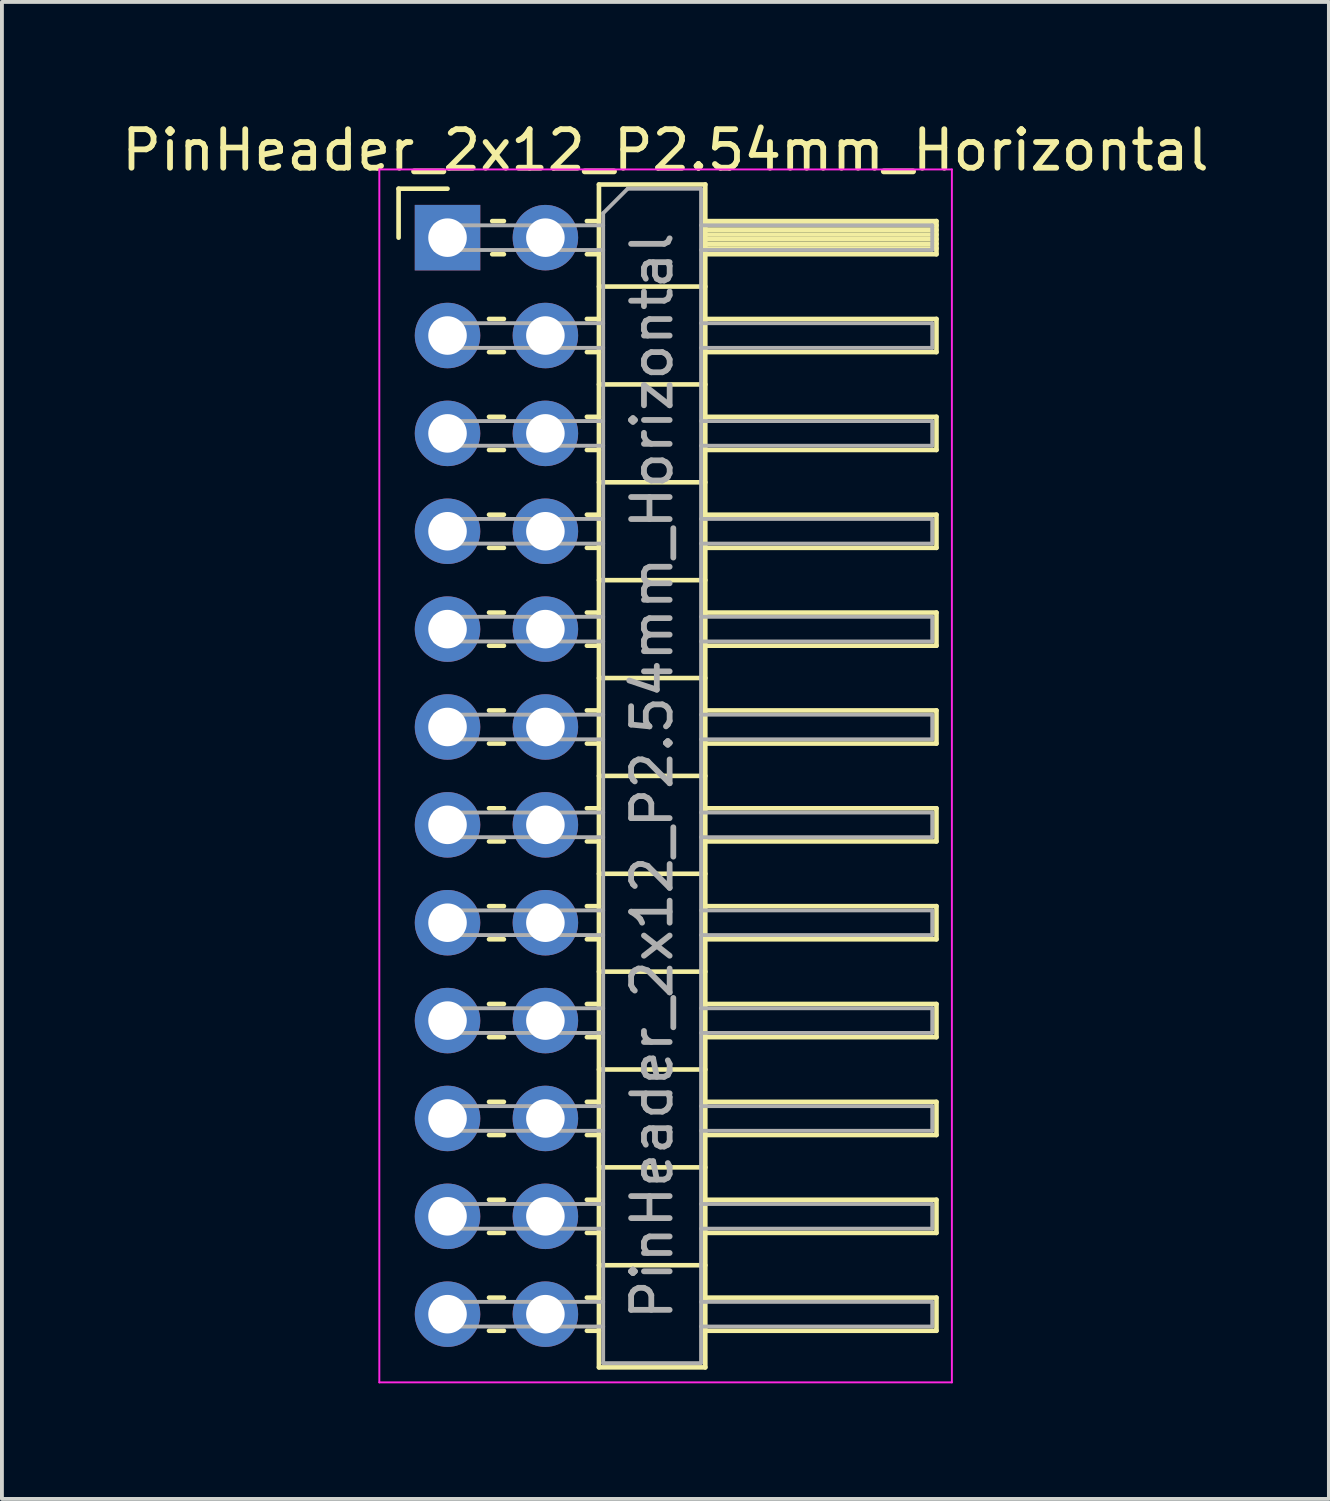
<source format=kicad_pcb>
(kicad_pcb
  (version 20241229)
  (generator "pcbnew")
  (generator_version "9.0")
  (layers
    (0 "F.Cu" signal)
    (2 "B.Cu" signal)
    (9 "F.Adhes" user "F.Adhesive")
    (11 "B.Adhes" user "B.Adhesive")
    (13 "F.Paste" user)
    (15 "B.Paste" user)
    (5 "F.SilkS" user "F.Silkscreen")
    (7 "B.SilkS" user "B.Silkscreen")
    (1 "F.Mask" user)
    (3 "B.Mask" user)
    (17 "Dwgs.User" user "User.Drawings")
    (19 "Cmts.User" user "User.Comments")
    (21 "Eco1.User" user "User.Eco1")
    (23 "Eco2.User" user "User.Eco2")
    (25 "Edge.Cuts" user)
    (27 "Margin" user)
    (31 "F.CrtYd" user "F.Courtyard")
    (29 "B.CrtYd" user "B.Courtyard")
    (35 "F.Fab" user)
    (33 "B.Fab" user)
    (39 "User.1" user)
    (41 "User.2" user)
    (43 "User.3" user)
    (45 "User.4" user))
  (footprint "PinHeader_2x12_P2.54mm_Horizontal"
    (layer "F.Cu")
    (at 8.565 3.118)
    (property "Reference" "PinHeader_2x12_P2.54mm_Horizontal" (at 5.655 -2.27 0) (layer "F.SilkS") (effects (font (size 1 1) (thickness 0.15))))
    (attr through_hole)
    (fp_line (start -1.27 -1.27) (end 0 -1.27) (stroke (width 0.12) (type solid)) (layer "F.SilkS"))
    (fp_line (start -1.27 0) (end -1.27 -1.27) (stroke (width 0.12) (type solid)) (layer "F.SilkS"))
    (fp_line (start 1.077 2.11) (end 1.463 2.11) (stroke (width 0.12) (type solid)) (layer "F.SilkS"))
    (fp_line (start 1.077 2.97) (end 1.463 2.97) (stroke (width 0.12) (type solid)) (layer "F.SilkS"))
    (fp_line (start 1.077 4.65) (end 1.463 4.65) (stroke (width 0.12) (type solid)) (layer "F.SilkS"))
    (fp_line (start 1.077 5.51) (end 1.463 5.51) (stroke (width 0.12) (type solid)) (layer "F.SilkS"))
    (fp_line (start 1.077 7.19) (end 1.463 7.19) (stroke (width 0.12) (type solid)) (layer "F.SilkS"))
    (fp_line (start 1.077 8.05) (end 1.463 8.05) (stroke (width 0.12) (type solid)) (layer "F.SilkS"))
    (fp_line (start 1.077 9.73) (end 1.463 9.73) (stroke (width 0.12) (type solid)) (layer "F.SilkS"))
    (fp_line (start 1.077 10.59) (end 1.463 10.59) (stroke (width 0.12) (type solid)) (layer "F.SilkS"))
    (fp_line (start 1.077 12.27) (end 1.463 12.27) (stroke (width 0.12) (type solid)) (layer "F.SilkS"))
    (fp_line (start 1.077 13.13) (end 1.463 13.13) (stroke (width 0.12) (type solid)) (layer "F.SilkS"))
    (fp_line (start 1.077 14.81) (end 1.463 14.81) (stroke (width 0.12) (type solid)) (layer "F.SilkS"))
    (fp_line (start 1.077 15.67) (end 1.463 15.67) (stroke (width 0.12) (type solid)) (layer "F.SilkS"))
    (fp_line (start 1.077 17.35) (end 1.463 17.35) (stroke (width 0.12) (type solid)) (layer "F.SilkS"))
    (fp_line (start 1.077 18.21) (end 1.463 18.21) (stroke (width 0.12) (type solid)) (layer "F.SilkS"))
    (fp_line (start 1.077 19.89) (end 1.463 19.89) (stroke (width 0.12) (type solid)) (layer "F.SilkS"))
    (fp_line (start 1.077 20.75) (end 1.463 20.75) (stroke (width 0.12) (type solid)) (layer "F.SilkS"))
    (fp_line (start 1.077 22.43) (end 1.463 22.43) (stroke (width 0.12) (type solid)) (layer "F.SilkS"))
    (fp_line (start 1.077 23.29) (end 1.463 23.29) (stroke (width 0.12) (type solid)) (layer "F.SilkS"))
    (fp_line (start 1.077 24.97) (end 1.463 24.97) (stroke (width 0.12) (type solid)) (layer "F.SilkS"))
    (fp_line (start 1.077 25.83) (end 1.463 25.83) (stroke (width 0.12) (type solid)) (layer "F.SilkS"))
    (fp_line (start 1.077 27.51) (end 1.463 27.51) (stroke (width 0.12) (type solid)) (layer "F.SilkS"))
    (fp_line (start 1.077 28.37) (end 1.463 28.37) (stroke (width 0.12) (type solid)) (layer "F.SilkS"))
    (fp_line (start 1.16 -0.43) (end 1.463 -0.43) (stroke (width 0.12) (type solid)) (layer "F.SilkS"))
    (fp_line (start 1.16 0.43) (end 1.463 0.43) (stroke (width 0.12) (type solid)) (layer "F.SilkS"))
    (fp_line (start 3.617 -0.43) (end 3.93 -0.43) (stroke (width 0.12) (type solid)) (layer "F.SilkS"))
    (fp_line (start 3.617 0.43) (end 3.93 0.43) (stroke (width 0.12) (type solid)) (layer "F.SilkS"))
    (fp_line (start 3.617 2.11) (end 3.93 2.11) (stroke (width 0.12) (type solid)) (layer "F.SilkS"))
    (fp_line (start 3.617 2.97) (end 3.93 2.97) (stroke (width 0.12) (type solid)) (layer "F.SilkS"))
    (fp_line (start 3.617 4.65) (end 3.93 4.65) (stroke (width 0.12) (type solid)) (layer "F.SilkS"))
    (fp_line (start 3.617 5.51) (end 3.93 5.51) (stroke (width 0.12) (type solid)) (layer "F.SilkS"))
    (fp_line (start 3.617 7.19) (end 3.93 7.19) (stroke (width 0.12) (type solid)) (layer "F.SilkS"))
    (fp_line (start 3.617 8.05) (end 3.93 8.05) (stroke (width 0.12) (type solid)) (layer "F.SilkS"))
    (fp_line (start 3.617 9.73) (end 3.93 9.73) (stroke (width 0.12) (type solid)) (layer "F.SilkS"))
    (fp_line (start 3.617 10.59) (end 3.93 10.59) (stroke (width 0.12) (type solid)) (layer "F.SilkS"))
    (fp_line (start 3.617 12.27) (end 3.93 12.27) (stroke (width 0.12) (type solid)) (layer "F.SilkS"))
    (fp_line (start 3.617 13.13) (end 3.93 13.13) (stroke (width 0.12) (type solid)) (layer "F.SilkS"))
    (fp_line (start 3.617 14.81) (end 3.93 14.81) (stroke (width 0.12) (type solid)) (layer "F.SilkS"))
    (fp_line (start 3.617 15.67) (end 3.93 15.67) (stroke (width 0.12) (type solid)) (layer "F.SilkS"))
    (fp_line (start 3.617 17.35) (end 3.93 17.35) (stroke (width 0.12) (type solid)) (layer "F.SilkS"))
    (fp_line (start 3.617 18.21) (end 3.93 18.21) (stroke (width 0.12) (type solid)) (layer "F.SilkS"))
    (fp_line (start 3.617 19.89) (end 3.93 19.89) (stroke (width 0.12) (type solid)) (layer "F.SilkS"))
    (fp_line (start 3.617 20.75) (end 3.93 20.75) (stroke (width 0.12) (type solid)) (layer "F.SilkS"))
    (fp_line (start 3.617 22.43) (end 3.93 22.43) (stroke (width 0.12) (type solid)) (layer "F.SilkS"))
    (fp_line (start 3.617 23.29) (end 3.93 23.29) (stroke (width 0.12) (type solid)) (layer "F.SilkS"))
    (fp_line (start 3.617 24.97) (end 3.93 24.97) (stroke (width 0.12) (type solid)) (layer "F.SilkS"))
    (fp_line (start 3.617 25.83) (end 3.93 25.83) (stroke (width 0.12) (type solid)) (layer "F.SilkS"))
    (fp_line (start 3.617 27.51) (end 3.93 27.51) (stroke (width 0.12) (type solid)) (layer "F.SilkS"))
    (fp_line (start 3.617 28.37) (end 3.93 28.37) (stroke (width 0.12) (type solid)) (layer "F.SilkS"))
    (fp_line (start 3.93 -1.38) (end 3.93 29.32) (stroke (width 0.12) (type solid)) (layer "F.SilkS"))
    (fp_line (start 3.93 1.27) (end 6.69 1.27) (stroke (width 0.12) (type solid)) (layer "F.SilkS"))
    (fp_line (start 3.93 3.81) (end 6.69 3.81) (stroke (width 0.12) (type solid)) (layer "F.SilkS"))
    (fp_line (start 3.93 6.35) (end 6.69 6.35) (stroke (width 0.12) (type solid)) (layer "F.SilkS"))
    (fp_line (start 3.93 8.89) (end 6.69 8.89) (stroke (width 0.12) (type solid)) (layer "F.SilkS"))
    (fp_line (start 3.93 11.43) (end 6.69 11.43) (stroke (width 0.12) (type solid)) (layer "F.SilkS"))
    (fp_line (start 3.93 13.97) (end 6.69 13.97) (stroke (width 0.12) (type solid)) (layer "F.SilkS"))
    (fp_line (start 3.93 16.51) (end 6.69 16.51) (stroke (width 0.12) (type solid)) (layer "F.SilkS"))
    (fp_line (start 3.93 19.05) (end 6.69 19.05) (stroke (width 0.12) (type solid)) (layer "F.SilkS"))
    (fp_line (start 3.93 21.59) (end 6.69 21.59) (stroke (width 0.12) (type solid)) (layer "F.SilkS"))
    (fp_line (start 3.93 24.13) (end 6.69 24.13) (stroke (width 0.12) (type solid)) (layer "F.SilkS"))
    (fp_line (start 3.93 26.67) (end 6.69 26.67) (stroke (width 0.12) (type solid)) (layer "F.SilkS"))
    (fp_line (start 3.93 29.32) (end 6.69 29.32) (stroke (width 0.12) (type solid)) (layer "F.SilkS"))
    (fp_line (start 6.69 -1.38) (end 3.93 -1.38) (stroke (width 0.12) (type solid)) (layer "F.SilkS"))
    (fp_line (start 6.69 -0.43) (end 12.69 -0.43) (stroke (width 0.12) (type solid)) (layer "F.SilkS"))
    (fp_line (start 6.69 -0.32) (end 12.69 -0.32) (stroke (width 0.12) (type solid)) (layer "F.SilkS"))
    (fp_line (start 6.69 -0.2) (end 12.69 -0.2) (stroke (width 0.12) (type solid)) (layer "F.SilkS"))
    (fp_line (start 6.69 -0.08) (end 12.69 -0.08) (stroke (width 0.12) (type solid)) (layer "F.SilkS"))
    (fp_line (start 6.69 0.04) (end 12.69 0.04) (stroke (width 0.12) (type solid)) (layer "F.SilkS"))
    (fp_line (start 6.69 0.16) (end 12.69 0.16) (stroke (width 0.12) (type solid)) (layer "F.SilkS"))
    (fp_line (start 6.69 0.28) (end 12.69 0.28) (stroke (width 0.12) (type solid)) (layer "F.SilkS"))
    (fp_line (start 6.69 2.11) (end 12.69 2.11) (stroke (width 0.12) (type solid)) (layer "F.SilkS"))
    (fp_line (start 6.69 4.65) (end 12.69 4.65) (stroke (width 0.12) (type solid)) (layer "F.SilkS"))
    (fp_line (start 6.69 7.19) (end 12.69 7.19) (stroke (width 0.12) (type solid)) (layer "F.SilkS"))
    (fp_line (start 6.69 9.73) (end 12.69 9.73) (stroke (width 0.12) (type solid)) (layer "F.SilkS"))
    (fp_line (start 6.69 12.27) (end 12.69 12.27) (stroke (width 0.12) (type solid)) (layer "F.SilkS"))
    (fp_line (start 6.69 14.81) (end 12.69 14.81) (stroke (width 0.12) (type solid)) (layer "F.SilkS"))
    (fp_line (start 6.69 17.35) (end 12.69 17.35) (stroke (width 0.12) (type solid)) (layer "F.SilkS"))
    (fp_line (start 6.69 19.89) (end 12.69 19.89) (stroke (width 0.12) (type solid)) (layer "F.SilkS"))
    (fp_line (start 6.69 22.43) (end 12.69 22.43) (stroke (width 0.12) (type solid)) (layer "F.SilkS"))
    (fp_line (start 6.69 24.97) (end 12.69 24.97) (stroke (width 0.12) (type solid)) (layer "F.SilkS"))
    (fp_line (start 6.69 27.51) (end 12.69 27.51) (stroke (width 0.12) (type solid)) (layer "F.SilkS"))
    (fp_line (start 6.69 29.32) (end 6.69 -1.38) (stroke (width 0.12) (type solid)) (layer "F.SilkS"))
    (fp_line (start 12.69 -0.43) (end 12.69 0.43) (stroke (width 0.12) (type solid)) (layer "F.SilkS"))
    (fp_line (start 12.69 0.43) (end 6.69 0.43) (stroke (width 0.12) (type solid)) (layer "F.SilkS"))
    (fp_line (start 12.69 2.11) (end 12.69 2.97) (stroke (width 0.12) (type solid)) (layer "F.SilkS"))
    (fp_line (start 12.69 2.97) (end 6.69 2.97) (stroke (width 0.12) (type solid)) (layer "F.SilkS"))
    (fp_line (start 12.69 4.65) (end 12.69 5.51) (stroke (width 0.12) (type solid)) (layer "F.SilkS"))
    (fp_line (start 12.69 5.51) (end 6.69 5.51) (stroke (width 0.12) (type solid)) (layer "F.SilkS"))
    (fp_line (start 12.69 7.19) (end 12.69 8.05) (stroke (width 0.12) (type solid)) (layer "F.SilkS"))
    (fp_line (start 12.69 8.05) (end 6.69 8.05) (stroke (width 0.12) (type solid)) (layer "F.SilkS"))
    (fp_line (start 12.69 9.73) (end 12.69 10.59) (stroke (width 0.12) (type solid)) (layer "F.SilkS"))
    (fp_line (start 12.69 10.59) (end 6.69 10.59) (stroke (width 0.12) (type solid)) (layer "F.SilkS"))
    (fp_line (start 12.69 12.27) (end 12.69 13.13) (stroke (width 0.12) (type solid)) (layer "F.SilkS"))
    (fp_line (start 12.69 13.13) (end 6.69 13.13) (stroke (width 0.12) (type solid)) (layer "F.SilkS"))
    (fp_line (start 12.69 14.81) (end 12.69 15.67) (stroke (width 0.12) (type solid)) (layer "F.SilkS"))
    (fp_line (start 12.69 15.67) (end 6.69 15.67) (stroke (width 0.12) (type solid)) (layer "F.SilkS"))
    (fp_line (start 12.69 17.35) (end 12.69 18.21) (stroke (width 0.12) (type solid)) (layer "F.SilkS"))
    (fp_line (start 12.69 18.21) (end 6.69 18.21) (stroke (width 0.12) (type solid)) (layer "F.SilkS"))
    (fp_line (start 12.69 19.89) (end 12.69 20.75) (stroke (width 0.12) (type solid)) (layer "F.SilkS"))
    (fp_line (start 12.69 20.75) (end 6.69 20.75) (stroke (width 0.12) (type solid)) (layer "F.SilkS"))
    (fp_line (start 12.69 22.43) (end 12.69 23.29) (stroke (width 0.12) (type solid)) (layer "F.SilkS"))
    (fp_line (start 12.69 23.29) (end 6.69 23.29) (stroke (width 0.12) (type solid)) (layer "F.SilkS"))
    (fp_line (start 12.69 24.97) (end 12.69 25.83) (stroke (width 0.12) (type solid)) (layer "F.SilkS"))
    (fp_line (start 12.69 25.83) (end 6.69 25.83) (stroke (width 0.12) (type solid)) (layer "F.SilkS"))
    (fp_line (start 12.69 27.51) (end 12.69 28.37) (stroke (width 0.12) (type solid)) (layer "F.SilkS"))
    (fp_line (start 12.69 28.37) (end 6.69 28.37) (stroke (width 0.12) (type solid)) (layer "F.SilkS"))
    (fp_line (start -1.77 -1.77) (end -1.77 29.71) (stroke (width 0.05) (type solid)) (layer "F.CrtYd"))
    (fp_line (start -1.77 29.71) (end 13.09 29.71) (stroke (width 0.05) (type solid)) (layer "F.CrtYd"))
    (fp_line (start 13.09 -1.77) (end -1.77 -1.77) (stroke (width 0.05) (type solid)) (layer "F.CrtYd"))
    (fp_line (start 13.09 29.71) (end 13.09 -1.77) (stroke (width 0.05) (type solid)) (layer "F.CrtYd"))
    (fp_line (start -0.32 -0.32) (end -0.32 0.32) (stroke (width 0.1) (type solid)) (layer "F.Fab"))
    (fp_line (start -0.32 -0.32) (end 4.04 -0.32) (stroke (width 0.1) (type solid)) (layer "F.Fab"))
    (fp_line (start -0.32 0.32) (end 4.04 0.32) (stroke (width 0.1) (type solid)) (layer "F.Fab"))
    (fp_line (start -0.32 2.22) (end -0.32 2.86) (stroke (width 0.1) (type solid)) (layer "F.Fab"))
    (fp_line (start -0.32 2.22) (end 4.04 2.22) (stroke (width 0.1) (type solid)) (layer "F.Fab"))
    (fp_line (start -0.32 2.86) (end 4.04 2.86) (stroke (width 0.1) (type solid)) (layer "F.Fab"))
    (fp_line (start -0.32 4.76) (end -0.32 5.4) (stroke (width 0.1) (type solid)) (layer "F.Fab"))
    (fp_line (start -0.32 4.76) (end 4.04 4.76) (stroke (width 0.1) (type solid)) (layer "F.Fab"))
    (fp_line (start -0.32 5.4) (end 4.04 5.4) (stroke (width 0.1) (type solid)) (layer "F.Fab"))
    (fp_line (start -0.32 7.3) (end -0.32 7.94) (stroke (width 0.1) (type solid)) (layer "F.Fab"))
    (fp_line (start -0.32 7.3) (end 4.04 7.3) (stroke (width 0.1) (type solid)) (layer "F.Fab"))
    (fp_line (start -0.32 7.94) (end 4.04 7.94) (stroke (width 0.1) (type solid)) (layer "F.Fab"))
    (fp_line (start -0.32 9.84) (end -0.32 10.48) (stroke (width 0.1) (type solid)) (layer "F.Fab"))
    (fp_line (start -0.32 9.84) (end 4.04 9.84) (stroke (width 0.1) (type solid)) (layer "F.Fab"))
    (fp_line (start -0.32 10.48) (end 4.04 10.48) (stroke (width 0.1) (type solid)) (layer "F.Fab"))
    (fp_line (start -0.32 12.38) (end -0.32 13.02) (stroke (width 0.1) (type solid)) (layer "F.Fab"))
    (fp_line (start -0.32 12.38) (end 4.04 12.38) (stroke (width 0.1) (type solid)) (layer "F.Fab"))
    (fp_line (start -0.32 13.02) (end 4.04 13.02) (stroke (width 0.1) (type solid)) (layer "F.Fab"))
    (fp_line (start -0.32 14.92) (end -0.32 15.56) (stroke (width 0.1) (type solid)) (layer "F.Fab"))
    (fp_line (start -0.32 14.92) (end 4.04 14.92) (stroke (width 0.1) (type solid)) (layer "F.Fab"))
    (fp_line (start -0.32 15.56) (end 4.04 15.56) (stroke (width 0.1) (type solid)) (layer "F.Fab"))
    (fp_line (start -0.32 17.46) (end -0.32 18.1) (stroke (width 0.1) (type solid)) (layer "F.Fab"))
    (fp_line (start -0.32 17.46) (end 4.04 17.46) (stroke (width 0.1) (type solid)) (layer "F.Fab"))
    (fp_line (start -0.32 18.1) (end 4.04 18.1) (stroke (width 0.1) (type solid)) (layer "F.Fab"))
    (fp_line (start -0.32 20) (end -0.32 20.64) (stroke (width 0.1) (type solid)) (layer "F.Fab"))
    (fp_line (start -0.32 20) (end 4.04 20) (stroke (width 0.1) (type solid)) (layer "F.Fab"))
    (fp_line (start -0.32 20.64) (end 4.04 20.64) (stroke (width 0.1) (type solid)) (layer "F.Fab"))
    (fp_line (start -0.32 22.54) (end -0.32 23.18) (stroke (width 0.1) (type solid)) (layer "F.Fab"))
    (fp_line (start -0.32 22.54) (end 4.04 22.54) (stroke (width 0.1) (type solid)) (layer "F.Fab"))
    (fp_line (start -0.32 23.18) (end 4.04 23.18) (stroke (width 0.1) (type solid)) (layer "F.Fab"))
    (fp_line (start -0.32 25.08) (end -0.32 25.72) (stroke (width 0.1) (type solid)) (layer "F.Fab"))
    (fp_line (start -0.32 25.08) (end 4.04 25.08) (stroke (width 0.1) (type solid)) (layer "F.Fab"))
    (fp_line (start -0.32 25.72) (end 4.04 25.72) (stroke (width 0.1) (type solid)) (layer "F.Fab"))
    (fp_line (start -0.32 27.62) (end -0.32 28.26) (stroke (width 0.1) (type solid)) (layer "F.Fab"))
    (fp_line (start -0.32 27.62) (end 4.04 27.62) (stroke (width 0.1) (type solid)) (layer "F.Fab"))
    (fp_line (start -0.32 28.26) (end 4.04 28.26) (stroke (width 0.1) (type solid)) (layer "F.Fab"))
    (fp_line (start 4.04 -0.635) (end 4.675 -1.27) (stroke (width 0.1) (type solid)) (layer "F.Fab"))
    (fp_line (start 4.04 29.21) (end 4.04 -0.635) (stroke (width 0.1) (type solid)) (layer "F.Fab"))
    (fp_line (start 4.675 -1.27) (end 6.58 -1.27) (stroke (width 0.1) (type solid)) (layer "F.Fab"))
    (fp_line (start 6.58 -1.27) (end 6.58 29.21) (stroke (width 0.1) (type solid)) (layer "F.Fab"))
    (fp_line (start 6.58 -0.32) (end 12.58 -0.32) (stroke (width 0.1) (type solid)) (layer "F.Fab"))
    (fp_line (start 6.58 0.32) (end 12.58 0.32) (stroke (width 0.1) (type solid)) (layer "F.Fab"))
    (fp_line (start 6.58 2.22) (end 12.58 2.22) (stroke (width 0.1) (type solid)) (layer "F.Fab"))
    (fp_line (start 6.58 2.86) (end 12.58 2.86) (stroke (width 0.1) (type solid)) (layer "F.Fab"))
    (fp_line (start 6.58 4.76) (end 12.58 4.76) (stroke (width 0.1) (type solid)) (layer "F.Fab"))
    (fp_line (start 6.58 5.4) (end 12.58 5.4) (stroke (width 0.1) (type solid)) (layer "F.Fab"))
    (fp_line (start 6.58 7.3) (end 12.58 7.3) (stroke (width 0.1) (type solid)) (layer "F.Fab"))
    (fp_line (start 6.58 7.94) (end 12.58 7.94) (stroke (width 0.1) (type solid)) (layer "F.Fab"))
    (fp_line (start 6.58 9.84) (end 12.58 9.84) (stroke (width 0.1) (type solid)) (layer "F.Fab"))
    (fp_line (start 6.58 10.48) (end 12.58 10.48) (stroke (width 0.1) (type solid)) (layer "F.Fab"))
    (fp_line (start 6.58 12.38) (end 12.58 12.38) (stroke (width 0.1) (type solid)) (layer "F.Fab"))
    (fp_line (start 6.58 13.02) (end 12.58 13.02) (stroke (width 0.1) (type solid)) (layer "F.Fab"))
    (fp_line (start 6.58 14.92) (end 12.58 14.92) (stroke (width 0.1) (type solid)) (layer "F.Fab"))
    (fp_line (start 6.58 15.56) (end 12.58 15.56) (stroke (width 0.1) (type solid)) (layer "F.Fab"))
    (fp_line (start 6.58 17.46) (end 12.58 17.46) (stroke (width 0.1) (type solid)) (layer "F.Fab"))
    (fp_line (start 6.58 18.1) (end 12.58 18.1) (stroke (width 0.1) (type solid)) (layer "F.Fab"))
    (fp_line (start 6.58 20) (end 12.58 20) (stroke (width 0.1) (type solid)) (layer "F.Fab"))
    (fp_line (start 6.58 20.64) (end 12.58 20.64) (stroke (width 0.1) (type solid)) (layer "F.Fab"))
    (fp_line (start 6.58 22.54) (end 12.58 22.54) (stroke (width 0.1) (type solid)) (layer "F.Fab"))
    (fp_line (start 6.58 23.18) (end 12.58 23.18) (stroke (width 0.1) (type solid)) (layer "F.Fab"))
    (fp_line (start 6.58 25.08) (end 12.58 25.08) (stroke (width 0.1) (type solid)) (layer "F.Fab"))
    (fp_line (start 6.58 25.72) (end 12.58 25.72) (stroke (width 0.1) (type solid)) (layer "F.Fab"))
    (fp_line (start 6.58 27.62) (end 12.58 27.62) (stroke (width 0.1) (type solid)) (layer "F.Fab"))
    (fp_line (start 6.58 28.26) (end 12.58 28.26) (stroke (width 0.1) (type solid)) (layer "F.Fab"))
    (fp_line (start 6.58 29.21) (end 4.04 29.21) (stroke (width 0.1) (type solid)) (layer "F.Fab"))
    (fp_line (start 12.58 -0.32) (end 12.58 0.32) (stroke (width 0.1) (type solid)) (layer "F.Fab"))
    (fp_line (start 12.58 2.22) (end 12.58 2.86) (stroke (width 0.1) (type solid)) (layer "F.Fab"))
    (fp_line (start 12.58 4.76) (end 12.58 5.4) (stroke (width 0.1) (type solid)) (layer "F.Fab"))
    (fp_line (start 12.58 7.3) (end 12.58 7.94) (stroke (width 0.1) (type solid)) (layer "F.Fab"))
    (fp_line (start 12.58 9.84) (end 12.58 10.48) (stroke (width 0.1) (type solid)) (layer "F.Fab"))
    (fp_line (start 12.58 12.38) (end 12.58 13.02) (stroke (width 0.1) (type solid)) (layer "F.Fab"))
    (fp_line (start 12.58 14.92) (end 12.58 15.56) (stroke (width 0.1) (type solid)) (layer "F.Fab"))
    (fp_line (start 12.58 17.46) (end 12.58 18.1) (stroke (width 0.1) (type solid)) (layer "F.Fab"))
    (fp_line (start 12.58 20) (end 12.58 20.64) (stroke (width 0.1) (type solid)) (layer "F.Fab"))
    (fp_line (start 12.58 22.54) (end 12.58 23.18) (stroke (width 0.1) (type solid)) (layer "F.Fab"))
    (fp_line (start 12.58 25.08) (end 12.58 25.72) (stroke (width 0.1) (type solid)) (layer "F.Fab"))
    (fp_line (start 12.58 27.62) (end 12.58 28.26) (stroke (width 0.1) (type solid)) (layer "F.Fab"))
    (fp_text user "${REFERENCE}" (at 5.31 13.97 90) (layer "F.Fab") (effects (font (size 1 1) (thickness 0.15))))
    (pad "1" thru_hole rect (at 0 0) (size 1.7 1.7) (drill 1) (layers "*.Cu" "*.Mask"))
    (pad "2" thru_hole circle (at 2.54 0) (size 1.7 1.7) (drill 1) (layers "*.Cu" "*.Mask"))
    (pad "3" thru_hole circle (at 0 2.54) (size 1.7 1.7) (drill 1) (layers "*.Cu" "*.Mask"))
    (pad "4" thru_hole circle (at 2.54 2.54) (size 1.7 1.7) (drill 1) (layers "*.Cu" "*.Mask"))
    (pad "5" thru_hole circle (at 0 5.08) (size 1.7 1.7) (drill 1) (layers "*.Cu" "*.Mask"))
    (pad "6" thru_hole circle (at 2.54 5.08) (size 1.7 1.7) (drill 1) (layers "*.Cu" "*.Mask"))
    (pad "7" thru_hole circle (at 0 7.62) (size 1.7 1.7) (drill 1) (layers "*.Cu" "*.Mask"))
    (pad "8" thru_hole circle (at 2.54 7.62) (size 1.7 1.7) (drill 1) (layers "*.Cu" "*.Mask"))
    (pad "9" thru_hole circle (at 0 10.16) (size 1.7 1.7) (drill 1) (layers "*.Cu" "*.Mask"))
    (pad "10" thru_hole circle (at 2.54 10.16) (size 1.7 1.7) (drill 1) (layers "*.Cu" "*.Mask"))
    (pad "11" thru_hole circle (at 0 12.7) (size 1.7 1.7) (drill 1) (layers "*.Cu" "*.Mask"))
    (pad "12" thru_hole circle (at 2.54 12.7) (size 1.7 1.7) (drill 1) (layers "*.Cu" "*.Mask"))
    (pad "13" thru_hole circle (at 0 15.24) (size 1.7 1.7) (drill 1) (layers "*.Cu" "*.Mask"))
    (pad "14" thru_hole circle (at 2.54 15.24) (size 1.7 1.7) (drill 1) (layers "*.Cu" "*.Mask"))
    (pad "15" thru_hole circle (at 0 17.78) (size 1.7 1.7) (drill 1) (layers "*.Cu" "*.Mask"))
    (pad "16" thru_hole circle (at 2.54 17.78) (size 1.7 1.7) (drill 1) (layers "*.Cu" "*.Mask"))
    (pad "17" thru_hole circle (at 0 20.32) (size 1.7 1.7) (drill 1) (layers "*.Cu" "*.Mask"))
    (pad "18" thru_hole circle (at 2.54 20.32) (size 1.7 1.7) (drill 1) (layers "*.Cu" "*.Mask"))
    (pad "19" thru_hole circle (at 0 22.86) (size 1.7 1.7) (drill 1) (layers "*.Cu" "*.Mask"))
    (pad "20" thru_hole circle (at 2.54 22.86) (size 1.7 1.7) (drill 1) (layers "*.Cu" "*.Mask"))
    (pad "21" thru_hole circle (at 0 25.4) (size 1.7 1.7) (drill 1) (layers "*.Cu" "*.Mask"))
    (pad "22" thru_hole circle (at 2.54 25.4) (size 1.7 1.7) (drill 1) (layers "*.Cu" "*.Mask"))
    (pad "23" thru_hole circle (at 0 27.94) (size 1.7 1.7) (drill 1) (layers "*.Cu" "*.Mask"))
    (pad "24" thru_hole circle (at 2.54 27.94) (size 1.7 1.7) (drill 1) (layers "*.Cu" "*.Mask")))
  (gr_rect
    (start -3 -3)
    (end 31.44 35.853)
    (stroke (width 0.1) (type default))
    (fill no)
    (layer "Edge.Cuts")))
</source>
